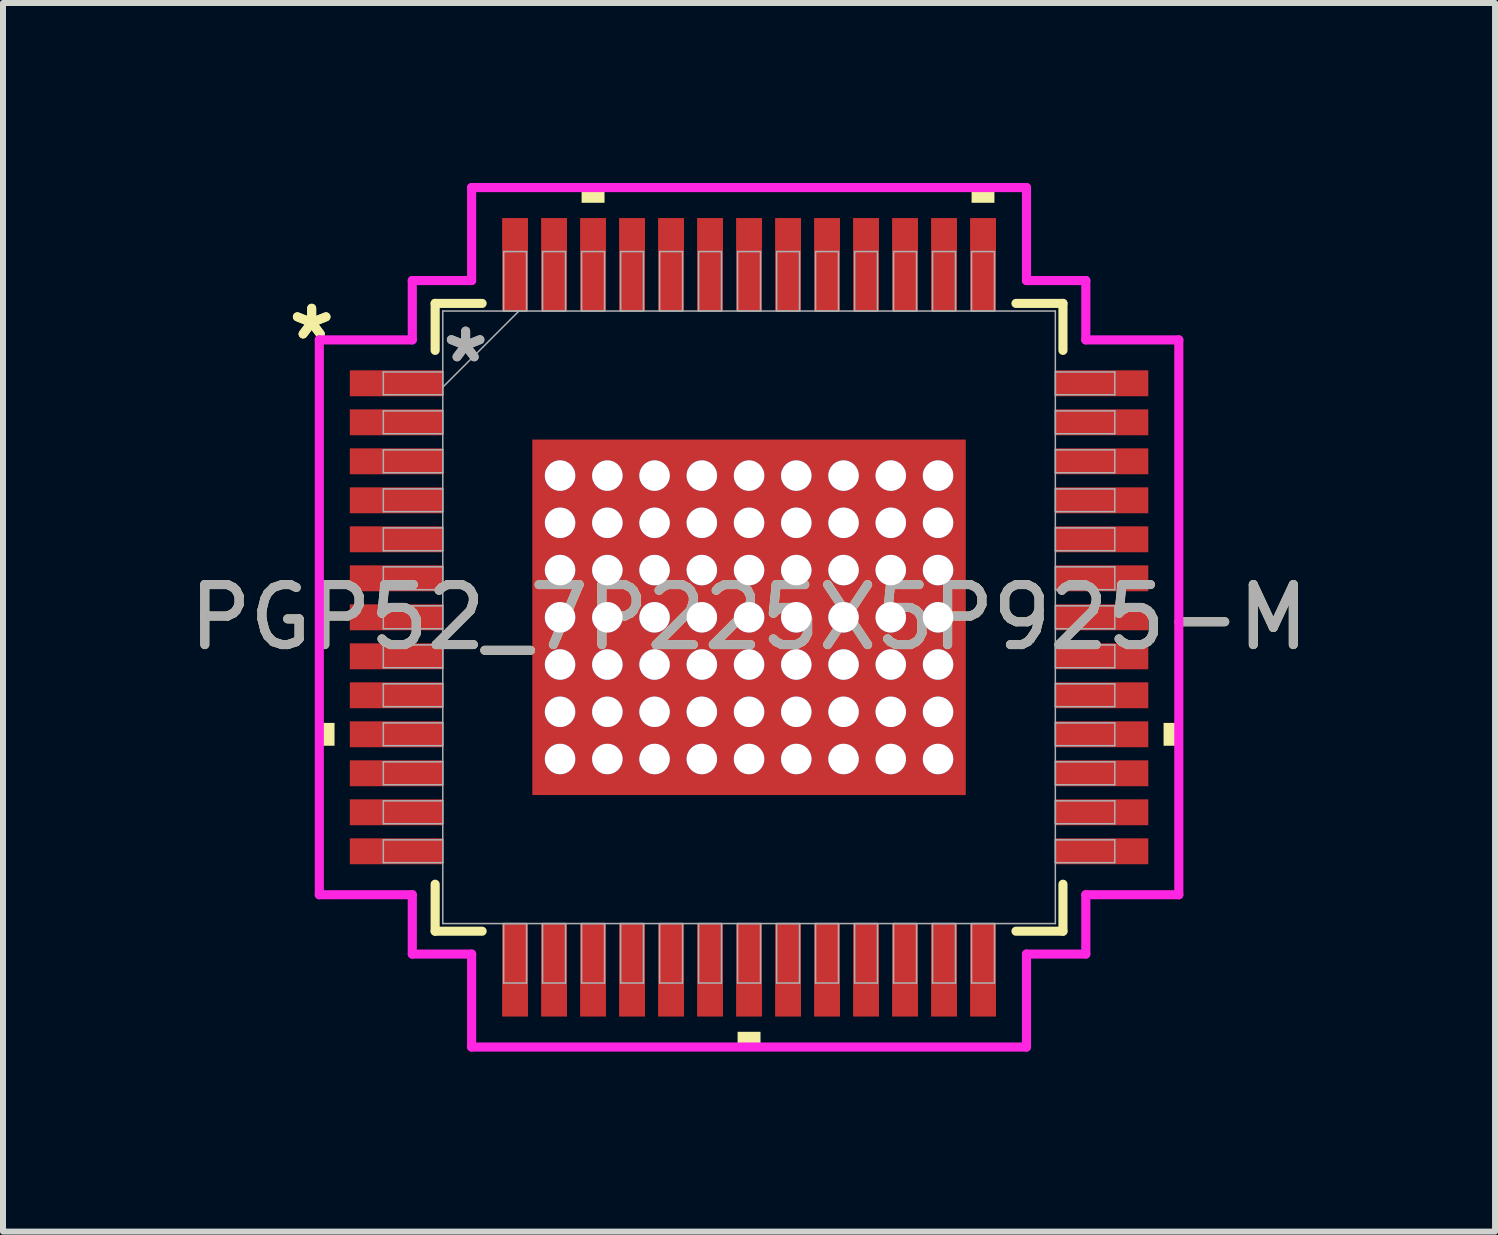
<source format=kicad_pcb>
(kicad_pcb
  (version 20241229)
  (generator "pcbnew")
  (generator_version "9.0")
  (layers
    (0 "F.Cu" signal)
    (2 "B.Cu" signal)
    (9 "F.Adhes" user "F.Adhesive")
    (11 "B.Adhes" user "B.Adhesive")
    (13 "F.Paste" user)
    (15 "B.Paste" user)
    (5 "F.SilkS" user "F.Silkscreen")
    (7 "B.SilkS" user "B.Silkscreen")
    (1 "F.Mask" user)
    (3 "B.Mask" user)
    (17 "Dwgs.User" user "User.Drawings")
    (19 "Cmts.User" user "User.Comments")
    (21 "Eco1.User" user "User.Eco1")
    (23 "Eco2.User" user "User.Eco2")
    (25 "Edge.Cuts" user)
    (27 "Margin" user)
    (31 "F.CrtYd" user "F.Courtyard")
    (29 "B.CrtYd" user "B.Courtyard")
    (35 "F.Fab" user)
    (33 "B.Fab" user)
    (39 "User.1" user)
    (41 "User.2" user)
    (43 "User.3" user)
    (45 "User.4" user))
  (footprint "PGP52_7P225X5P925-M"
    (layer "F.Cu")
    (at 9.435 7.239)
    (property "Reference" "PGP52_7P225X5P925-M" (at 0 0 0) (unlocked yes) (layer "F.SilkS") (effects (font (size 1 1) (thickness 0.15))))
    (attr through_hole)
    (fp_poly (pts (xy -3.676 -3.026) (xy -3.35 -3.026) (xy -3.35 3.026) (xy -3.676 3.026)) (stroke (width 0) (type solid)) (fill yes) (layer "F.Mask"))
    (fp_poly (pts (xy -3.676 -3.026) (xy 3.676 -3.026) (xy 3.676 -2.562) (xy -3.676 -2.562)) (stroke (width 0) (type solid)) (fill yes) (layer "F.Mask"))
    (fp_poly (pts (xy -3.676 -2.162) (xy 3.676 -2.162) (xy 3.676 -1.775) (xy -3.676 -1.775)) (stroke (width 0) (type solid)) (fill yes) (layer "F.Mask"))
    (fp_poly (pts (xy -3.676 -1.375) (xy 3.676 -1.375) (xy 3.676 -0.987) (xy -3.676 -0.987)) (stroke (width 0) (type solid)) (fill yes) (layer "F.Mask"))
    (fp_poly (pts (xy -3.676 -0.587) (xy 3.676 -0.587) (xy 3.676 -0.2) (xy -3.676 -0.2)) (stroke (width 0) (type solid)) (fill yes) (layer "F.Mask"))
    (fp_poly (pts (xy -3.676 0.2) (xy 3.676 0.2) (xy 3.676 0.587) (xy -3.676 0.587)) (stroke (width 0) (type solid)) (fill yes) (layer "F.Mask"))
    (fp_poly (pts (xy -3.676 0.987) (xy 3.676 0.987) (xy 3.676 1.375) (xy -3.676 1.375)) (stroke (width 0) (type solid)) (fill yes) (layer "F.Mask"))
    (fp_poly (pts (xy -3.676 1.775) (xy 3.676 1.775) (xy 3.676 2.162) (xy -3.676 2.162)) (stroke (width 0) (type solid)) (fill yes) (layer "F.Mask"))
    (fp_poly (pts (xy -3.676 2.562) (xy 3.676 2.562) (xy 3.676 3.026) (xy -3.676 3.026)) (stroke (width 0) (type solid)) (fill yes) (layer "F.Mask"))
    (fp_poly (pts (xy -2.562 -3.026) (xy -2.95 -3.026) (xy -2.95 3.026) (xy -2.562 3.026)) (stroke (width 0) (type solid)) (fill yes) (layer "F.Mask"))
    (fp_poly (pts (xy -1.775 -3.026) (xy -2.162 -3.026) (xy -2.162 3.026) (xy -1.775 3.026)) (stroke (width 0) (type solid)) (fill yes) (layer "F.Mask"))
    (fp_poly (pts (xy -0.987 -3.026) (xy -1.375 -3.026) (xy -1.375 3.026) (xy -0.987 3.026)) (stroke (width 0) (type solid)) (fill yes) (layer "F.Mask"))
    (fp_poly (pts (xy -0.2 -3.026) (xy -0.587 -3.026) (xy -0.587 3.026) (xy -0.2 3.026)) (stroke (width 0) (type solid)) (fill yes) (layer "F.Mask"))
    (fp_poly (pts (xy 0.587 -3.026) (xy 0.2 -3.026) (xy 0.2 3.026) (xy 0.587 3.026)) (stroke (width 0) (type solid)) (fill yes) (layer "F.Mask"))
    (fp_poly (pts (xy 1.375 -3.026) (xy 0.987 -3.026) (xy 0.987 3.026) (xy 1.375 3.026)) (stroke (width 0) (type solid)) (fill yes) (layer "F.Mask"))
    (fp_poly (pts (xy 2.162 -3.026) (xy 1.775 -3.026) (xy 1.775 3.026) (xy 2.162 3.026)) (stroke (width 0) (type solid)) (fill yes) (layer "F.Mask"))
    (fp_poly (pts (xy 2.95 -3.026) (xy 2.562 -3.026) (xy 2.562 3.026) (xy 2.95 3.026)) (stroke (width 0) (type solid)) (fill yes) (layer "F.Mask"))
    (fp_poly (pts (xy 3.35 -3.026) (xy 3.676 -3.026) (xy 3.676 3.026) (xy 3.35 3.026)) (stroke (width 0) (type solid)) (fill yes) (layer "F.Mask"))
    (fp_line (start -5.232 -5.232) (end -5.232 -4.449) (stroke (width 0.152) (type solid)) (layer "F.SilkS"))
    (fp_line (start -5.232 4.449) (end -5.232 5.232) (stroke (width 0.152) (type solid)) (layer "F.SilkS"))
    (fp_line (start -5.232 5.232) (end -4.449 5.232) (stroke (width 0.152) (type solid)) (layer "F.SilkS"))
    (fp_line (start -4.449 -5.232) (end -5.232 -5.232) (stroke (width 0.152) (type solid)) (layer "F.SilkS"))
    (fp_line (start 4.449 5.232) (end 5.232 5.232) (stroke (width 0.152) (type solid)) (layer "F.SilkS"))
    (fp_line (start 5.232 -5.232) (end 4.449 -5.232) (stroke (width 0.152) (type solid)) (layer "F.SilkS"))
    (fp_line (start 5.232 -4.449) (end 5.232 -5.232) (stroke (width 0.152) (type solid)) (layer "F.SilkS"))
    (fp_line (start 5.232 5.232) (end 5.232 4.449) (stroke (width 0.152) (type solid)) (layer "F.SilkS"))
    (fp_poly (pts (xy -7.163 1.76) (xy -7.163 2.141) (xy -6.909 2.141) (xy -6.909 1.76)) (stroke (width 0) (type solid)) (fill yes) (layer "F.SilkS"))
    (fp_poly (pts (xy -2.791 -6.909) (xy -2.791 -7.163) (xy -2.409 -7.163) (xy -2.409 -6.909)) (stroke (width 0) (type solid)) (fill yes) (layer "F.SilkS"))
    (fp_poly (pts (xy -0.191 6.909) (xy -0.191 7.163) (xy 0.191 7.163) (xy 0.191 6.909)) (stroke (width 0) (type solid)) (fill yes) (layer "F.SilkS"))
    (fp_poly (pts (xy 3.709 -6.909) (xy 3.709 -7.163) (xy 4.09 -7.163) (xy 4.09 -6.909)) (stroke (width 0) (type solid)) (fill yes) (layer "F.SilkS"))
    (fp_poly (pts (xy 7.163 1.76) (xy 7.163 2.141) (xy 6.909 2.141) (xy 6.909 1.76)) (stroke (width 0) (type solid)) (fill yes) (layer "F.SilkS"))
    (fp_poly (pts (xy -3.538 -2.888) (xy -3.538 -2.462) (xy -3.391 -2.462) (xy -3.25 -2.604) (xy -3.25 -2.888)) (stroke (width 0) (type solid)) (fill yes) (layer "F.Paste"))
    (fp_poly (pts (xy -3.538 2.462) (xy -3.538 2.888) (xy -3.25 2.888) (xy -3.25 2.604) (xy -3.391 2.462)) (stroke (width 0) (type solid)) (fill yes) (layer "F.Paste"))
    (fp_poly (pts (xy 3.25 -2.888) (xy 3.25 -2.604) (xy 3.391 -2.462) (xy 3.538 -2.462) (xy 3.538 -2.888)) (stroke (width 0) (type solid)) (fill yes) (layer "F.Paste"))
    (fp_poly (pts (xy 3.391 2.462) (xy 3.25 2.604) (xy 3.25 2.888) (xy 3.538 2.888) (xy 3.538 2.462)) (stroke (width 0) (type solid)) (fill yes) (layer "F.Paste"))
    (fp_poly (pts (xy -3.538 -2.262) (xy -3.538 -1.675) (xy -3.391 -1.675) (xy -3.25 -1.816) (xy -3.25 -2.121) (xy -3.391 -2.262)) (stroke (width 0) (type solid)) (fill yes) (layer "F.Paste"))
    (fp_poly (pts (xy -3.538 -1.475) (xy -3.538 -0.887) (xy -3.391 -0.887) (xy -3.25 -1.029) (xy -3.25 -1.333) (xy -3.391 -1.475)) (stroke (width 0) (type solid)) (fill yes) (layer "F.Paste"))
    (fp_poly (pts (xy -3.538 -0.687) (xy -3.538 -0.1) (xy -3.391 -0.1) (xy -3.25 -0.241) (xy -3.25 -0.546) (xy -3.391 -0.687)) (stroke (width 0) (type solid)) (fill yes) (layer "F.Paste"))
    (fp_poly (pts (xy -3.538 0.1) (xy -3.538 0.687) (xy -3.391 0.687) (xy -3.25 0.546) (xy -3.25 0.241) (xy -3.391 0.1)) (stroke (width 0) (type solid)) (fill yes) (layer "F.Paste"))
    (fp_poly (pts (xy -3.538 0.887) (xy -3.538 1.475) (xy -3.391 1.475) (xy -3.25 1.333) (xy -3.25 1.029) (xy -3.391 0.887)) (stroke (width 0) (type solid)) (fill yes) (layer "F.Paste"))
    (fp_poly (pts (xy -3.538 1.675) (xy -3.538 2.262) (xy -3.391 2.262) (xy -3.25 2.121) (xy -3.25 1.816) (xy -3.391 1.675)) (stroke (width 0) (type solid)) (fill yes) (layer "F.Paste"))
    (fp_poly (pts (xy -3.05 -2.888) (xy -3.05 -2.604) (xy -2.908 -2.462) (xy -2.604 -2.462) (xy -2.462 -2.604) (xy -2.462 -2.888)) (stroke (width 0) (type solid)) (fill yes) (layer "F.Paste"))
    (fp_poly (pts (xy -2.908 2.462) (xy -3.05 2.604) (xy -3.05 2.888) (xy -2.462 2.888) (xy -2.462 2.604) (xy -2.604 2.462)) (stroke (width 0) (type solid)) (fill yes) (layer "F.Paste"))
    (fp_poly (pts (xy -2.262 -2.888) (xy -2.262 -2.604) (xy -2.121 -2.462) (xy -1.816 -2.462) (xy -1.675 -2.604) (xy -1.675 -2.888)) (stroke (width 0) (type solid)) (fill yes) (layer "F.Paste"))
    (fp_poly (pts (xy -2.121 2.462) (xy -2.262 2.604) (xy -2.262 2.888) (xy -1.675 2.888) (xy -1.675 2.604) (xy -1.816 2.462)) (stroke (width 0) (type solid)) (fill yes) (layer "F.Paste"))
    (fp_poly (pts (xy -1.475 -2.888) (xy -1.475 -2.604) (xy -1.333 -2.462) (xy -1.029 -2.462) (xy -0.887 -2.604) (xy -0.887 -2.888)) (stroke (width 0) (type solid)) (fill yes) (layer "F.Paste"))
    (fp_poly (pts (xy -1.333 2.462) (xy -1.475 2.604) (xy -1.475 2.888) (xy -0.887 2.888) (xy -0.887 2.604) (xy -1.029 2.462)) (stroke (width 0) (type solid)) (fill yes) (layer "F.Paste"))
    (fp_poly (pts (xy -0.687 -2.888) (xy -0.687 -2.604) (xy -0.546 -2.462) (xy -0.241 -2.462) (xy -0.1 -2.604) (xy -0.1 -2.888)) (stroke (width 0) (type solid)) (fill yes) (layer "F.Paste"))
    (fp_poly (pts (xy -0.546 2.462) (xy -0.687 2.604) (xy -0.687 2.888) (xy -0.1 2.888) (xy -0.1 2.604) (xy -0.241 2.462)) (stroke (width 0) (type solid)) (fill yes) (layer "F.Paste"))
    (fp_poly (pts (xy 0.1 -2.888) (xy 0.1 -2.604) (xy 0.241 -2.462) (xy 0.546 -2.462) (xy 0.687 -2.604) (xy 0.687 -2.888)) (stroke (width 0) (type solid)) (fill yes) (layer "F.Paste"))
    (fp_poly (pts (xy 0.241 2.462) (xy 0.1 2.604) (xy 0.1 2.888) (xy 0.687 2.888) (xy 0.687 2.604) (xy 0.546 2.462)) (stroke (width 0) (type solid)) (fill yes) (layer "F.Paste"))
    (fp_poly (pts (xy 0.887 -2.888) (xy 0.887 -2.604) (xy 1.029 -2.462) (xy 1.333 -2.462) (xy 1.475 -2.604) (xy 1.475 -2.888)) (stroke (width 0) (type solid)) (fill yes) (layer "F.Paste"))
    (fp_poly (pts (xy 1.029 2.462) (xy 0.887 2.604) (xy 0.887 2.888) (xy 1.475 2.888) (xy 1.475 2.604) (xy 1.333 2.462)) (stroke (width 0) (type solid)) (fill yes) (layer "F.Paste"))
    (fp_poly (pts (xy 1.675 -2.888) (xy 1.675 -2.604) (xy 1.816 -2.462) (xy 2.121 -2.462) (xy 2.262 -2.604) (xy 2.262 -2.888)) (stroke (width 0) (type solid)) (fill yes) (layer "F.Paste"))
    (fp_poly (pts (xy 1.816 2.462) (xy 1.675 2.604) (xy 1.675 2.888) (xy 2.262 2.888) (xy 2.262 2.604) (xy 2.121 2.462)) (stroke (width 0) (type solid)) (fill yes) (layer "F.Paste"))
    (fp_poly (pts (xy 2.462 -2.888) (xy 2.462 -2.604) (xy 2.604 -2.462) (xy 2.908 -2.462) (xy 3.05 -2.604) (xy 3.05 -2.888)) (stroke (width 0) (type solid)) (fill yes) (layer "F.Paste"))
    (fp_poly (pts (xy 2.604 2.462) (xy 2.462 2.604) (xy 2.462 2.888) (xy 3.05 2.888) (xy 3.05 2.604) (xy 2.908 2.462)) (stroke (width 0) (type solid)) (fill yes) (layer "F.Paste"))
    (fp_poly (pts (xy 3.391 -2.262) (xy 3.25 -2.121) (xy 3.25 -1.816) (xy 3.391 -1.675) (xy 3.538 -1.675) (xy 3.538 -2.262)) (stroke (width 0) (type solid)) (fill yes) (layer "F.Paste"))
    (fp_poly (pts (xy 3.391 -1.475) (xy 3.25 -1.333) (xy 3.25 -1.029) (xy 3.391 -0.887) (xy 3.538 -0.887) (xy 3.538 -1.475)) (stroke (width 0) (type solid)) (fill yes) (layer "F.Paste"))
    (fp_poly (pts (xy 3.391 -0.687) (xy 3.25 -0.546) (xy 3.25 -0.241) (xy 3.391 -0.1) (xy 3.538 -0.1) (xy 3.538 -0.687)) (stroke (width 0) (type solid)) (fill yes) (layer "F.Paste"))
    (fp_poly (pts (xy 3.391 0.1) (xy 3.25 0.241) (xy 3.25 0.546) (xy 3.391 0.687) (xy 3.538 0.687) (xy 3.538 0.1)) (stroke (width 0) (type solid)) (fill yes) (layer "F.Paste"))
    (fp_poly (pts (xy 3.391 0.887) (xy 3.25 1.029) (xy 3.25 1.333) (xy 3.391 1.475) (xy 3.538 1.475) (xy 3.538 0.887)) (stroke (width 0) (type solid)) (fill yes) (layer "F.Paste"))
    (fp_poly (pts (xy 3.391 1.675) (xy 3.25 1.816) (xy 3.25 2.121) (xy 3.391 2.262) (xy 3.538 2.262) (xy 3.538 1.675)) (stroke (width 0) (type solid)) (fill yes) (layer "F.Paste"))
    (fp_poly (pts (xy -2.908 -2.262) (xy -3.05 -2.121) (xy -3.05 -1.816) (xy -2.908 -1.675) (xy -2.604 -1.675) (xy -2.462 -1.816) (xy -2.462 -2.121) (xy -2.604 -2.262)) (stroke (width 0) (type solid)) (fill yes) (layer "F.Paste"))
    (fp_poly (pts (xy -2.908 -1.475) (xy -3.05 -1.333) (xy -3.05 -1.029) (xy -2.908 -0.887) (xy -2.604 -0.887) (xy -2.462 -1.029) (xy -2.462 -1.333) (xy -2.604 -1.475)) (stroke (width 0) (type solid)) (fill yes) (layer "F.Paste"))
    (fp_poly (pts (xy -2.908 -0.687) (xy -3.05 -0.546) (xy -3.05 -0.241) (xy -2.908 -0.1) (xy -2.604 -0.1) (xy -2.462 -0.241) (xy -2.462 -0.546) (xy -2.604 -0.687)) (stroke (width 0) (type solid)) (fill yes) (layer "F.Paste"))
    (fp_poly (pts (xy -2.908 0.1) (xy -3.05 0.241) (xy -3.05 0.546) (xy -2.908 0.687) (xy -2.604 0.687) (xy -2.462 0.546) (xy -2.462 0.241) (xy -2.604 0.1)) (stroke (width 0) (type solid)) (fill yes) (layer "F.Paste"))
    (fp_poly (pts (xy -2.908 0.887) (xy -3.05 1.029) (xy -3.05 1.333) (xy -2.908 1.475) (xy -2.604 1.475) (xy -2.462 1.333) (xy -2.462 1.029) (xy -2.604 0.887)) (stroke (width 0) (type solid)) (fill yes) (layer "F.Paste"))
    (fp_poly (pts (xy -2.908 1.675) (xy -3.05 1.816) (xy -3.05 2.121) (xy -2.908 2.262) (xy -2.604 2.262) (xy -2.462 2.121) (xy -2.462 1.816) (xy -2.604 1.675)) (stroke (width 0) (type solid)) (fill yes) (layer "F.Paste"))
    (fp_poly (pts (xy -2.121 -2.262) (xy -2.262 -2.121) (xy -2.262 -1.816) (xy -2.121 -1.675) (xy -1.816 -1.675) (xy -1.675 -1.816) (xy -1.675 -2.121) (xy -1.816 -2.262)) (stroke (width 0) (type solid)) (fill yes) (layer "F.Paste"))
    (fp_poly (pts (xy -2.121 -1.475) (xy -2.262 -1.333) (xy -2.262 -1.029) (xy -2.121 -0.887) (xy -1.816 -0.887) (xy -1.675 -1.029) (xy -1.675 -1.333) (xy -1.816 -1.475)) (stroke (width 0) (type solid)) (fill yes) (layer "F.Paste"))
    (fp_poly (pts (xy -2.121 -0.687) (xy -2.262 -0.546) (xy -2.262 -0.241) (xy -2.121 -0.1) (xy -1.816 -0.1) (xy -1.675 -0.241) (xy -1.675 -0.546) (xy -1.816 -0.687)) (stroke (width 0) (type solid)) (fill yes) (layer "F.Paste"))
    (fp_poly (pts (xy -2.121 0.1) (xy -2.262 0.241) (xy -2.262 0.546) (xy -2.121 0.687) (xy -1.816 0.687) (xy -1.675 0.546) (xy -1.675 0.241) (xy -1.816 0.1)) (stroke (width 0) (type solid)) (fill yes) (layer "F.Paste"))
    (fp_poly (pts (xy -2.121 0.887) (xy -2.262 1.029) (xy -2.262 1.333) (xy -2.121 1.475) (xy -1.816 1.475) (xy -1.675 1.333) (xy -1.675 1.029) (xy -1.816 0.887)) (stroke (width 0) (type solid)) (fill yes) (layer "F.Paste"))
    (fp_poly (pts (xy -2.121 1.675) (xy -2.262 1.816) (xy -2.262 2.121) (xy -2.121 2.262) (xy -1.816 2.262) (xy -1.675 2.121) (xy -1.675 1.816) (xy -1.816 1.675)) (stroke (width 0) (type solid)) (fill yes) (layer "F.Paste"))
    (fp_poly (pts (xy -1.333 -2.262) (xy -1.475 -2.121) (xy -1.475 -1.816) (xy -1.333 -1.675) (xy -1.029 -1.675) (xy -0.887 -1.816) (xy -0.887 -2.121) (xy -1.029 -2.262)) (stroke (width 0) (type solid)) (fill yes) (layer "F.Paste"))
    (fp_poly (pts (xy -1.333 -1.475) (xy -1.475 -1.333) (xy -1.475 -1.029) (xy -1.333 -0.887) (xy -1.029 -0.887) (xy -0.887 -1.029) (xy -0.887 -1.333) (xy -1.029 -1.475)) (stroke (width 0) (type solid)) (fill yes) (layer "F.Paste"))
    (fp_poly (pts (xy -1.333 -0.687) (xy -1.475 -0.546) (xy -1.475 -0.241) (xy -1.333 -0.1) (xy -1.029 -0.1) (xy -0.887 -0.241) (xy -0.887 -0.546) (xy -1.029 -0.687)) (stroke (width 0) (type solid)) (fill yes) (layer "F.Paste"))
    (fp_poly (pts (xy -1.333 0.1) (xy -1.475 0.241) (xy -1.475 0.546) (xy -1.333 0.687) (xy -1.029 0.687) (xy -0.887 0.546) (xy -0.887 0.241) (xy -1.029 0.1)) (stroke (width 0) (type solid)) (fill yes) (layer "F.Paste"))
    (fp_poly (pts (xy -1.333 0.887) (xy -1.475 1.029) (xy -1.475 1.333) (xy -1.333 1.475) (xy -1.029 1.475) (xy -0.887 1.333) (xy -0.887 1.029) (xy -1.029 0.887)) (stroke (width 0) (type solid)) (fill yes) (layer "F.Paste"))
    (fp_poly (pts (xy -1.333 1.675) (xy -1.475 1.816) (xy -1.475 2.121) (xy -1.333 2.262) (xy -1.029 2.262) (xy -0.887 2.121) (xy -0.887 1.816) (xy -1.029 1.675)) (stroke (width 0) (type solid)) (fill yes) (layer "F.Paste"))
    (fp_poly (pts (xy -0.546 -2.262) (xy -0.687 -2.121) (xy -0.687 -1.816) (xy -0.546 -1.675) (xy -0.241 -1.675) (xy -0.1 -1.816) (xy -0.1 -2.121) (xy -0.241 -2.262)) (stroke (width 0) (type solid)) (fill yes) (layer "F.Paste"))
    (fp_poly (pts (xy -0.546 -1.475) (xy -0.687 -1.333) (xy -0.687 -1.029) (xy -0.546 -0.887) (xy -0.241 -0.887) (xy -0.1 -1.029) (xy -0.1 -1.333) (xy -0.241 -1.475)) (stroke (width 0) (type solid)) (fill yes) (layer "F.Paste"))
    (fp_poly (pts (xy -0.546 -0.687) (xy -0.687 -0.546) (xy -0.687 -0.241) (xy -0.546 -0.1) (xy -0.241 -0.1) (xy -0.1 -0.241) (xy -0.1 -0.546) (xy -0.241 -0.687)) (stroke (width 0) (type solid)) (fill yes) (layer "F.Paste"))
    (fp_poly (pts (xy -0.546 0.1) (xy -0.687 0.241) (xy -0.687 0.546) (xy -0.546 0.687) (xy -0.241 0.687) (xy -0.1 0.546) (xy -0.1 0.241) (xy -0.241 0.1)) (stroke (width 0) (type solid)) (fill yes) (layer "F.Paste"))
    (fp_poly (pts (xy -0.546 0.887) (xy -0.687 1.029) (xy -0.687 1.333) (xy -0.546 1.475) (xy -0.241 1.475) (xy -0.1 1.333) (xy -0.1 1.029) (xy -0.241 0.887)) (stroke (width 0) (type solid)) (fill yes) (layer "F.Paste"))
    (fp_poly (pts (xy -0.546 1.675) (xy -0.687 1.816) (xy -0.687 2.121) (xy -0.546 2.262) (xy -0.241 2.262) (xy -0.1 2.121) (xy -0.1 1.816) (xy -0.241 1.675)) (stroke (width 0) (type solid)) (fill yes) (layer "F.Paste"))
    (fp_poly (pts (xy 0.241 -2.262) (xy 0.1 -2.121) (xy 0.1 -1.816) (xy 0.241 -1.675) (xy 0.546 -1.675) (xy 0.687 -1.816) (xy 0.687 -2.121) (xy 0.546 -2.262)) (stroke (width 0) (type solid)) (fill yes) (layer "F.Paste"))
    (fp_poly (pts (xy 0.241 -1.475) (xy 0.1 -1.333) (xy 0.1 -1.029) (xy 0.241 -0.887) (xy 0.546 -0.887) (xy 0.687 -1.029) (xy 0.687 -1.333) (xy 0.546 -1.475)) (stroke (width 0) (type solid)) (fill yes) (layer "F.Paste"))
    (fp_poly (pts (xy 0.241 -0.687) (xy 0.1 -0.546) (xy 0.1 -0.241) (xy 0.241 -0.1) (xy 0.546 -0.1) (xy 0.687 -0.241) (xy 0.687 -0.546) (xy 0.546 -0.687)) (stroke (width 0) (type solid)) (fill yes) (layer "F.Paste"))
    (fp_poly (pts (xy 0.241 0.1) (xy 0.1 0.241) (xy 0.1 0.546) (xy 0.241 0.687) (xy 0.546 0.687) (xy 0.687 0.546) (xy 0.687 0.241) (xy 0.546 0.1)) (stroke (width 0) (type solid)) (fill yes) (layer "F.Paste"))
    (fp_poly (pts (xy 0.241 0.887) (xy 0.1 1.029) (xy 0.1 1.333) (xy 0.241 1.475) (xy 0.546 1.475) (xy 0.687 1.333) (xy 0.687 1.029) (xy 0.546 0.887)) (stroke (width 0) (type solid)) (fill yes) (layer "F.Paste"))
    (fp_poly (pts (xy 0.241 1.675) (xy 0.1 1.816) (xy 0.1 2.121) (xy 0.241 2.262) (xy 0.546 2.262) (xy 0.687 2.121) (xy 0.687 1.816) (xy 0.546 1.675)) (stroke (width 0) (type solid)) (fill yes) (layer "F.Paste"))
    (fp_poly (pts (xy 1.029 -2.262) (xy 0.887 -2.121) (xy 0.887 -1.816) (xy 1.029 -1.675) (xy 1.333 -1.675) (xy 1.475 -1.816) (xy 1.475 -2.121) (xy 1.333 -2.262)) (stroke (width 0) (type solid)) (fill yes) (layer "F.Paste"))
    (fp_poly (pts (xy 1.029 -1.475) (xy 0.887 -1.333) (xy 0.887 -1.029) (xy 1.029 -0.887) (xy 1.333 -0.887) (xy 1.475 -1.029) (xy 1.475 -1.333) (xy 1.333 -1.475)) (stroke (width 0) (type solid)) (fill yes) (layer "F.Paste"))
    (fp_poly (pts (xy 1.029 -0.687) (xy 0.887 -0.546) (xy 0.887 -0.241) (xy 1.029 -0.1) (xy 1.333 -0.1) (xy 1.475 -0.241) (xy 1.475 -0.546) (xy 1.333 -0.687)) (stroke (width 0) (type solid)) (fill yes) (layer "F.Paste"))
    (fp_poly (pts (xy 1.029 0.1) (xy 0.887 0.241) (xy 0.887 0.546) (xy 1.029 0.687) (xy 1.333 0.687) (xy 1.475 0.546) (xy 1.475 0.241) (xy 1.333 0.1)) (stroke (width 0) (type solid)) (fill yes) (layer "F.Paste"))
    (fp_poly (pts (xy 1.029 0.887) (xy 0.887 1.029) (xy 0.887 1.333) (xy 1.029 1.475) (xy 1.333 1.475) (xy 1.475 1.333) (xy 1.475 1.029) (xy 1.333 0.887)) (stroke (width 0) (type solid)) (fill yes) (layer "F.Paste"))
    (fp_poly (pts (xy 1.029 1.675) (xy 0.887 1.816) (xy 0.887 2.121) (xy 1.029 2.262) (xy 1.333 2.262) (xy 1.475 2.121) (xy 1.475 1.816) (xy 1.333 1.675)) (stroke (width 0) (type solid)) (fill yes) (layer "F.Paste"))
    (fp_poly (pts (xy 1.816 -2.262) (xy 1.675 -2.121) (xy 1.675 -1.816) (xy 1.816 -1.675) (xy 2.121 -1.675) (xy 2.262 -1.816) (xy 2.262 -2.121) (xy 2.121 -2.262)) (stroke (width 0) (type solid)) (fill yes) (layer "F.Paste"))
    (fp_poly (pts (xy 1.816 -1.475) (xy 1.675 -1.333) (xy 1.675 -1.029) (xy 1.816 -0.887) (xy 2.121 -0.887) (xy 2.262 -1.029) (xy 2.262 -1.333) (xy 2.121 -1.475)) (stroke (width 0) (type solid)) (fill yes) (layer "F.Paste"))
    (fp_poly (pts (xy 1.816 -0.687) (xy 1.675 -0.546) (xy 1.675 -0.241) (xy 1.816 -0.1) (xy 2.121 -0.1) (xy 2.262 -0.241) (xy 2.262 -0.546) (xy 2.121 -0.687)) (stroke (width 0) (type solid)) (fill yes) (layer "F.Paste"))
    (fp_poly (pts (xy 1.816 0.1) (xy 1.675 0.241) (xy 1.675 0.546) (xy 1.816 0.687) (xy 2.121 0.687) (xy 2.262 0.546) (xy 2.262 0.241) (xy 2.121 0.1)) (stroke (width 0) (type solid)) (fill yes) (layer "F.Paste"))
    (fp_poly (pts (xy 1.816 0.887) (xy 1.675 1.029) (xy 1.675 1.333) (xy 1.816 1.475) (xy 2.121 1.475) (xy 2.262 1.333) (xy 2.262 1.029) (xy 2.121 0.887)) (stroke (width 0) (type solid)) (fill yes) (layer "F.Paste"))
    (fp_poly (pts (xy 1.816 1.675) (xy 1.675 1.816) (xy 1.675 2.121) (xy 1.816 2.262) (xy 2.121 2.262) (xy 2.262 2.121) (xy 2.262 1.816) (xy 2.121 1.675)) (stroke (width 0) (type solid)) (fill yes) (layer "F.Paste"))
    (fp_poly (pts (xy 2.604 -2.262) (xy 2.462 -2.121) (xy 2.462 -1.816) (xy 2.604 -1.675) (xy 2.908 -1.675) (xy 3.05 -1.816) (xy 3.05 -2.121) (xy 2.908 -2.262)) (stroke (width 0) (type solid)) (fill yes) (layer "F.Paste"))
    (fp_poly (pts (xy 2.604 -1.475) (xy 2.462 -1.333) (xy 2.462 -1.029) (xy 2.604 -0.887) (xy 2.908 -0.887) (xy 3.05 -1.029) (xy 3.05 -1.333) (xy 2.908 -1.475)) (stroke (width 0) (type solid)) (fill yes) (layer "F.Paste"))
    (fp_poly (pts (xy 2.604 -0.687) (xy 2.462 -0.546) (xy 2.462 -0.241) (xy 2.604 -0.1) (xy 2.908 -0.1) (xy 3.05 -0.241) (xy 3.05 -0.546) (xy 2.908 -0.687)) (stroke (width 0) (type solid)) (fill yes) (layer "F.Paste"))
    (fp_poly (pts (xy 2.604 0.1) (xy 2.462 0.241) (xy 2.462 0.546) (xy 2.604 0.687) (xy 2.908 0.687) (xy 3.05 0.546) (xy 3.05 0.241) (xy 2.908 0.1)) (stroke (width 0) (type solid)) (fill yes) (layer "F.Paste"))
    (fp_poly (pts (xy 2.604 0.887) (xy 2.462 1.029) (xy 2.462 1.333) (xy 2.604 1.475) (xy 2.908 1.475) (xy 3.05 1.333) (xy 3.05 1.029) (xy 2.908 0.887)) (stroke (width 0) (type solid)) (fill yes) (layer "F.Paste"))
    (fp_poly (pts (xy 2.604 1.675) (xy 2.462 1.816) (xy 2.462 2.121) (xy 2.604 2.262) (xy 2.908 2.262) (xy 3.05 2.121) (xy 3.05 1.816) (xy 2.908 1.675)) (stroke (width 0) (type solid)) (fill yes) (layer "F.Paste"))
    (fp_line (start -7.163 -4.624) (end -5.613 -4.624) (stroke (width 0.152) (type solid)) (layer "F.CrtYd"))
    (fp_line (start -7.163 4.624) (end -7.163 -4.624) (stroke (width 0.152) (type solid)) (layer "F.CrtYd"))
    (fp_line (start -5.613 -5.613) (end -4.624 -5.613) (stroke (width 0.152) (type solid)) (layer "F.CrtYd"))
    (fp_line (start -5.613 -4.624) (end -5.613 -5.613) (stroke (width 0.152) (type solid)) (layer "F.CrtYd"))
    (fp_line (start -5.613 4.624) (end -7.163 4.624) (stroke (width 0.152) (type solid)) (layer "F.CrtYd"))
    (fp_line (start -5.613 5.613) (end -5.613 4.624) (stroke (width 0.152) (type solid)) (layer "F.CrtYd"))
    (fp_line (start -5.613 5.613) (end -4.624 5.613) (stroke (width 0.152) (type solid)) (layer "F.CrtYd"))
    (fp_line (start -4.624 -7.163) (end 4.624 -7.163) (stroke (width 0.152) (type solid)) (layer "F.CrtYd"))
    (fp_line (start -4.624 -5.613) (end -4.624 -7.163) (stroke (width 0.152) (type solid)) (layer "F.CrtYd"))
    (fp_line (start -4.624 5.613) (end -4.624 7.163) (stroke (width 0.152) (type solid)) (layer "F.CrtYd"))
    (fp_line (start -4.624 7.163) (end 4.624 7.163) (stroke (width 0.152) (type solid)) (layer "F.CrtYd"))
    (fp_line (start 4.624 -7.163) (end 4.624 -5.613) (stroke (width 0.152) (type solid)) (layer "F.CrtYd"))
    (fp_line (start 4.624 -5.613) (end 5.613 -5.613) (stroke (width 0.152) (type solid)) (layer "F.CrtYd"))
    (fp_line (start 4.624 5.613) (end 5.613 5.613) (stroke (width 0.152) (type solid)) (layer "F.CrtYd"))
    (fp_line (start 4.624 7.163) (end 4.624 5.613) (stroke (width 0.152) (type solid)) (layer "F.CrtYd"))
    (fp_line (start 5.613 -4.624) (end 5.613 -5.613) (stroke (width 0.152) (type solid)) (layer "F.CrtYd"))
    (fp_line (start 5.613 4.624) (end 7.163 4.624) (stroke (width 0.152) (type solid)) (layer "F.CrtYd"))
    (fp_line (start 5.613 5.613) (end 5.613 4.624) (stroke (width 0.152) (type solid)) (layer "F.CrtYd"))
    (fp_line (start 7.163 -4.624) (end 5.613 -4.624) (stroke (width 0.152) (type solid)) (layer "F.CrtYd"))
    (fp_line (start 7.163 4.624) (end 7.163 -4.624) (stroke (width 0.152) (type solid)) (layer "F.CrtYd"))
    (fp_line (start -6.096 -4.09) (end -6.096 -3.709) (stroke (width 0.025) (type solid)) (layer "F.Fab"))
    (fp_line (start -6.096 -3.709) (end -5.105 -3.709) (stroke (width 0.025) (type solid)) (layer "F.Fab"))
    (fp_line (start -6.096 -3.441) (end -6.096 -3.059) (stroke (width 0.025) (type solid)) (layer "F.Fab"))
    (fp_line (start -6.096 -3.059) (end -5.105 -3.059) (stroke (width 0.025) (type solid)) (layer "F.Fab"))
    (fp_line (start -6.096 -2.791) (end -6.096 -2.409) (stroke (width 0.025) (type solid)) (layer "F.Fab"))
    (fp_line (start -6.096 -2.409) (end -5.105 -2.409) (stroke (width 0.025) (type solid)) (layer "F.Fab"))
    (fp_line (start -6.096 -2.14) (end -6.096 -1.76) (stroke (width 0.025) (type solid)) (layer "F.Fab"))
    (fp_line (start -6.096 -1.76) (end -5.105 -1.76) (stroke (width 0.025) (type solid)) (layer "F.Fab"))
    (fp_line (start -6.096 -1.49) (end -6.096 -1.109) (stroke (width 0.025) (type solid)) (layer "F.Fab"))
    (fp_line (start -6.096 -1.109) (end -5.105 -1.109) (stroke (width 0.025) (type solid)) (layer "F.Fab"))
    (fp_line (start -6.096 -0.841) (end -6.096 -0.46) (stroke (width 0.025) (type solid)) (layer "F.Fab"))
    (fp_line (start -6.096 -0.46) (end -5.105 -0.46) (stroke (width 0.025) (type solid)) (layer "F.Fab"))
    (fp_line (start -6.096 -0.191) (end -6.096 0.191) (stroke (width 0.025) (type solid)) (layer "F.Fab"))
    (fp_line (start -6.096 0.191) (end -5.105 0.191) (stroke (width 0.025) (type solid)) (layer "F.Fab"))
    (fp_line (start -6.096 0.46) (end -6.096 0.841) (stroke (width 0.025) (type solid)) (layer "F.Fab"))
    (fp_line (start -6.096 0.841) (end -5.105 0.841) (stroke (width 0.025) (type solid)) (layer "F.Fab"))
    (fp_line (start -6.096 1.109) (end -6.096 1.49) (stroke (width 0.025) (type solid)) (layer "F.Fab"))
    (fp_line (start -6.096 1.49) (end -5.105 1.49) (stroke (width 0.025) (type solid)) (layer "F.Fab"))
    (fp_line (start -6.096 1.76) (end -6.096 2.14) (stroke (width 0.025) (type solid)) (layer "F.Fab"))
    (fp_line (start -6.096 2.14) (end -5.105 2.14) (stroke (width 0.025) (type solid)) (layer "F.Fab"))
    (fp_line (start -6.096 2.409) (end -6.096 2.791) (stroke (width 0.025) (type solid)) (layer "F.Fab"))
    (fp_line (start -6.096 2.791) (end -5.105 2.791) (stroke (width 0.025) (type solid)) (layer "F.Fab"))
    (fp_line (start -6.096 3.059) (end -6.096 3.441) (stroke (width 0.025) (type solid)) (layer "F.Fab"))
    (fp_line (start -6.096 3.441) (end -5.105 3.441) (stroke (width 0.025) (type solid)) (layer "F.Fab"))
    (fp_line (start -6.096 3.709) (end -6.096 4.09) (stroke (width 0.025) (type solid)) (layer "F.Fab"))
    (fp_line (start -6.096 4.09) (end -5.105 4.09) (stroke (width 0.025) (type solid)) (layer "F.Fab"))
    (fp_line (start -5.105 -5.105) (end -5.105 5.105) (stroke (width 0.025) (type solid)) (layer "F.Fab"))
    (fp_line (start -5.105 -4.09) (end -6.096 -4.09) (stroke (width 0.025) (type solid)) (layer "F.Fab"))
    (fp_line (start -5.105 -3.835) (end -3.835 -5.105) (stroke (width 0.025) (type solid)) (layer "F.Fab"))
    (fp_line (start -5.105 -3.709) (end -5.105 -4.09) (stroke (width 0.025) (type solid)) (layer "F.Fab"))
    (fp_line (start -5.105 -3.441) (end -6.096 -3.441) (stroke (width 0.025) (type solid)) (layer "F.Fab"))
    (fp_line (start -5.105 -3.059) (end -5.105 -3.441) (stroke (width 0.025) (type solid)) (layer "F.Fab"))
    (fp_line (start -5.105 -2.791) (end -6.096 -2.791) (stroke (width 0.025) (type solid)) (layer "F.Fab"))
    (fp_line (start -5.105 -2.409) (end -5.105 -2.791) (stroke (width 0.025) (type solid)) (layer "F.Fab"))
    (fp_line (start -5.105 -2.14) (end -6.096 -2.14) (stroke (width 0.025) (type solid)) (layer "F.Fab"))
    (fp_line (start -5.105 -1.76) (end -5.105 -2.14) (stroke (width 0.025) (type solid)) (layer "F.Fab"))
    (fp_line (start -5.105 -1.49) (end -6.096 -1.49) (stroke (width 0.025) (type solid)) (layer "F.Fab"))
    (fp_line (start -5.105 -1.109) (end -5.105 -1.49) (stroke (width 0.025) (type solid)) (layer "F.Fab"))
    (fp_line (start -5.105 -0.841) (end -6.096 -0.841) (stroke (width 0.025) (type solid)) (layer "F.Fab"))
    (fp_line (start -5.105 -0.46) (end -5.105 -0.841) (stroke (width 0.025) (type solid)) (layer "F.Fab"))
    (fp_line (start -5.105 -0.191) (end -6.096 -0.191) (stroke (width 0.025) (type solid)) (layer "F.Fab"))
    (fp_line (start -5.105 0.191) (end -5.105 -0.191) (stroke (width 0.025) (type solid)) (layer "F.Fab"))
    (fp_line (start -5.105 0.46) (end -6.096 0.46) (stroke (width 0.025) (type solid)) (layer "F.Fab"))
    (fp_line (start -5.105 0.841) (end -5.105 0.46) (stroke (width 0.025) (type solid)) (layer "F.Fab"))
    (fp_line (start -5.105 1.109) (end -6.096 1.109) (stroke (width 0.025) (type solid)) (layer "F.Fab"))
    (fp_line (start -5.105 1.49) (end -5.105 1.109) (stroke (width 0.025) (type solid)) (layer "F.Fab"))
    (fp_line (start -5.105 1.76) (end -6.096 1.76) (stroke (width 0.025) (type solid)) (layer "F.Fab"))
    (fp_line (start -5.105 2.14) (end -5.105 1.76) (stroke (width 0.025) (type solid)) (layer "F.Fab"))
    (fp_line (start -5.105 2.409) (end -6.096 2.409) (stroke (width 0.025) (type solid)) (layer "F.Fab"))
    (fp_line (start -5.105 2.791) (end -5.105 2.409) (stroke (width 0.025) (type solid)) (layer "F.Fab"))
    (fp_line (start -5.105 3.059) (end -6.096 3.059) (stroke (width 0.025) (type solid)) (layer "F.Fab"))
    (fp_line (start -5.105 3.441) (end -5.105 3.059) (stroke (width 0.025) (type solid)) (layer "F.Fab"))
    (fp_line (start -5.105 3.709) (end -6.096 3.709) (stroke (width 0.025) (type solid)) (layer "F.Fab"))
    (fp_line (start -5.105 4.09) (end -5.105 3.709) (stroke (width 0.025) (type solid)) (layer "F.Fab"))
    (fp_line (start -5.105 5.105) (end 5.105 5.105) (stroke (width 0.025) (type solid)) (layer "F.Fab"))
    (fp_line (start -4.09 -6.096) (end -4.09 -5.105) (stroke (width 0.025) (type solid)) (layer "F.Fab"))
    (fp_line (start -4.09 -5.105) (end -3.709 -5.105) (stroke (width 0.025) (type solid)) (layer "F.Fab"))
    (fp_line (start -4.09 5.105) (end -4.09 6.096) (stroke (width 0.025) (type solid)) (layer "F.Fab"))
    (fp_line (start -4.09 6.096) (end -3.709 6.096) (stroke (width 0.025) (type solid)) (layer "F.Fab"))
    (fp_line (start -3.709 -6.096) (end -4.09 -6.096) (stroke (width 0.025) (type solid)) (layer "F.Fab"))
    (fp_line (start -3.709 -5.105) (end -3.709 -6.096) (stroke (width 0.025) (type solid)) (layer "F.Fab"))
    (fp_line (start -3.709 5.105) (end -4.09 5.105) (stroke (width 0.025) (type solid)) (layer "F.Fab"))
    (fp_line (start -3.709 6.096) (end -3.709 5.105) (stroke (width 0.025) (type solid)) (layer "F.Fab"))
    (fp_line (start -3.441 -6.096) (end -3.441 -5.105) (stroke (width 0.025) (type solid)) (layer "F.Fab"))
    (fp_line (start -3.441 -5.105) (end -3.059 -5.105) (stroke (width 0.025) (type solid)) (layer "F.Fab"))
    (fp_line (start -3.441 5.105) (end -3.441 6.096) (stroke (width 0.025) (type solid)) (layer "F.Fab"))
    (fp_line (start -3.441 6.096) (end -3.059 6.096) (stroke (width 0.025) (type solid)) (layer "F.Fab"))
    (fp_line (start -3.059 -6.096) (end -3.441 -6.096) (stroke (width 0.025) (type solid)) (layer "F.Fab"))
    (fp_line (start -3.059 -5.105) (end -3.059 -6.096) (stroke (width 0.025) (type solid)) (layer "F.Fab"))
    (fp_line (start -3.059 5.105) (end -3.441 5.105) (stroke (width 0.025) (type solid)) (layer "F.Fab"))
    (fp_line (start -3.059 6.096) (end -3.059 5.105) (stroke (width 0.025) (type solid)) (layer "F.Fab"))
    (fp_line (start -2.791 -6.096) (end -2.791 -5.105) (stroke (width 0.025) (type solid)) (layer "F.Fab"))
    (fp_line (start -2.791 -5.105) (end -2.409 -5.105) (stroke (width 0.025) (type solid)) (layer "F.Fab"))
    (fp_line (start -2.791 5.105) (end -2.791 6.096) (stroke (width 0.025) (type solid)) (layer "F.Fab"))
    (fp_line (start -2.791 6.096) (end -2.409 6.096) (stroke (width 0.025) (type solid)) (layer "F.Fab"))
    (fp_line (start -2.409 -6.096) (end -2.791 -6.096) (stroke (width 0.025) (type solid)) (layer "F.Fab"))
    (fp_line (start -2.409 -5.105) (end -2.409 -6.096) (stroke (width 0.025) (type solid)) (layer "F.Fab"))
    (fp_line (start -2.409 5.105) (end -2.791 5.105) (stroke (width 0.025) (type solid)) (layer "F.Fab"))
    (fp_line (start -2.409 6.096) (end -2.409 5.105) (stroke (width 0.025) (type solid)) (layer "F.Fab"))
    (fp_line (start -2.14 -6.096) (end -2.14 -5.105) (stroke (width 0.025) (type solid)) (layer "F.Fab"))
    (fp_line (start -2.14 -5.105) (end -1.76 -5.105) (stroke (width 0.025) (type solid)) (layer "F.Fab"))
    (fp_line (start -2.14 5.105) (end -2.14 6.096) (stroke (width 0.025) (type solid)) (layer "F.Fab"))
    (fp_line (start -2.14 6.096) (end -1.76 6.096) (stroke (width 0.025) (type solid)) (layer "F.Fab"))
    (fp_line (start -1.76 -6.096) (end -2.14 -6.096) (stroke (width 0.025) (type solid)) (layer "F.Fab"))
    (fp_line (start -1.76 -5.105) (end -1.76 -6.096) (stroke (width 0.025) (type solid)) (layer "F.Fab"))
    (fp_line (start -1.76 5.105) (end -2.14 5.105) (stroke (width 0.025) (type solid)) (layer "F.Fab"))
    (fp_line (start -1.76 6.096) (end -1.76 5.105) (stroke (width 0.025) (type solid)) (layer "F.Fab"))
    (fp_line (start -1.49 -6.096) (end -1.49 -5.105) (stroke (width 0.025) (type solid)) (layer "F.Fab"))
    (fp_line (start -1.49 -5.105) (end -1.109 -5.105) (stroke (width 0.025) (type solid)) (layer "F.Fab"))
    (fp_line (start -1.49 5.105) (end -1.49 6.096) (stroke (width 0.025) (type solid)) (layer "F.Fab"))
    (fp_line (start -1.49 6.096) (end -1.109 6.096) (stroke (width 0.025) (type solid)) (layer "F.Fab"))
    (fp_line (start -1.109 -6.096) (end -1.49 -6.096) (stroke (width 0.025) (type solid)) (layer "F.Fab"))
    (fp_line (start -1.109 -5.105) (end -1.109 -6.096) (stroke (width 0.025) (type solid)) (layer "F.Fab"))
    (fp_line (start -1.109 5.105) (end -1.49 5.105) (stroke (width 0.025) (type solid)) (layer "F.Fab"))
    (fp_line (start -1.109 6.096) (end -1.109 5.105) (stroke (width 0.025) (type solid)) (layer "F.Fab"))
    (fp_line (start -0.841 -6.096) (end -0.841 -5.105) (stroke (width 0.025) (type solid)) (layer "F.Fab"))
    (fp_line (start -0.841 -5.105) (end -0.46 -5.105) (stroke (width 0.025) (type solid)) (layer "F.Fab"))
    (fp_line (start -0.841 5.105) (end -0.841 6.096) (stroke (width 0.025) (type solid)) (layer "F.Fab"))
    (fp_line (start -0.841 6.096) (end -0.46 6.096) (stroke (width 0.025) (type solid)) (layer "F.Fab"))
    (fp_line (start -0.46 -6.096) (end -0.841 -6.096) (stroke (width 0.025) (type solid)) (layer "F.Fab"))
    (fp_line (start -0.46 -5.105) (end -0.46 -6.096) (stroke (width 0.025) (type solid)) (layer "F.Fab"))
    (fp_line (start -0.46 5.105) (end -0.841 5.105) (stroke (width 0.025) (type solid)) (layer "F.Fab"))
    (fp_line (start -0.46 6.096) (end -0.46 5.105) (stroke (width 0.025) (type solid)) (layer "F.Fab"))
    (fp_line (start -0.191 -6.096) (end -0.191 -5.105) (stroke (width 0.025) (type solid)) (layer "F.Fab"))
    (fp_line (start -0.191 -5.105) (end 0.191 -5.105) (stroke (width 0.025) (type solid)) (layer "F.Fab"))
    (fp_line (start -0.191 5.105) (end -0.191 6.096) (stroke (width 0.025) (type solid)) (layer "F.Fab"))
    (fp_line (start -0.191 6.096) (end 0.191 6.096) (stroke (width 0.025) (type solid)) (layer "F.Fab"))
    (fp_line (start 0.191 -6.096) (end -0.191 -6.096) (stroke (width 0.025) (type solid)) (layer "F.Fab"))
    (fp_line (start 0.191 -5.105) (end 0.191 -6.096) (stroke (width 0.025) (type solid)) (layer "F.Fab"))
    (fp_line (start 0.191 5.105) (end -0.191 5.105) (stroke (width 0.025) (type solid)) (layer "F.Fab"))
    (fp_line (start 0.191 6.096) (end 0.191 5.105) (stroke (width 0.025) (type solid)) (layer "F.Fab"))
    (fp_line (start 0.46 -6.096) (end 0.46 -5.105) (stroke (width 0.025) (type solid)) (layer "F.Fab"))
    (fp_line (start 0.46 -5.105) (end 0.841 -5.105) (stroke (width 0.025) (type solid)) (layer "F.Fab"))
    (fp_line (start 0.46 5.105) (end 0.46 6.096) (stroke (width 0.025) (type solid)) (layer "F.Fab"))
    (fp_line (start 0.46 6.096) (end 0.841 6.096) (stroke (width 0.025) (type solid)) (layer "F.Fab"))
    (fp_line (start 0.841 -6.096) (end 0.46 -6.096) (stroke (width 0.025) (type solid)) (layer "F.Fab"))
    (fp_line (start 0.841 -5.105) (end 0.841 -6.096) (stroke (width 0.025) (type solid)) (layer "F.Fab"))
    (fp_line (start 0.841 5.105) (end 0.46 5.105) (stroke (width 0.025) (type solid)) (layer "F.Fab"))
    (fp_line (start 0.841 6.096) (end 0.841 5.105) (stroke (width 0.025) (type solid)) (layer "F.Fab"))
    (fp_line (start 1.109 -6.096) (end 1.109 -5.105) (stroke (width 0.025) (type solid)) (layer "F.Fab"))
    (fp_line (start 1.109 -5.105) (end 1.49 -5.105) (stroke (width 0.025) (type solid)) (layer "F.Fab"))
    (fp_line (start 1.109 5.105) (end 1.109 6.096) (stroke (width 0.025) (type solid)) (layer "F.Fab"))
    (fp_line (start 1.109 6.096) (end 1.49 6.096) (stroke (width 0.025) (type solid)) (layer "F.Fab"))
    (fp_line (start 1.49 -6.096) (end 1.109 -6.096) (stroke (width 0.025) (type solid)) (layer "F.Fab"))
    (fp_line (start 1.49 -5.105) (end 1.49 -6.096) (stroke (width 0.025) (type solid)) (layer "F.Fab"))
    (fp_line (start 1.49 5.105) (end 1.109 5.105) (stroke (width 0.025) (type solid)) (layer "F.Fab"))
    (fp_line (start 1.49 6.096) (end 1.49 5.105) (stroke (width 0.025) (type solid)) (layer "F.Fab"))
    (fp_line (start 1.76 -6.096) (end 1.76 -5.105) (stroke (width 0.025) (type solid)) (layer "F.Fab"))
    (fp_line (start 1.76 -5.105) (end 2.14 -5.105) (stroke (width 0.025) (type solid)) (layer "F.Fab"))
    (fp_line (start 1.76 5.105) (end 1.76 6.096) (stroke (width 0.025) (type solid)) (layer "F.Fab"))
    (fp_line (start 1.76 6.096) (end 2.14 6.096) (stroke (width 0.025) (type solid)) (layer "F.Fab"))
    (fp_line (start 2.14 -6.096) (end 1.76 -6.096) (stroke (width 0.025) (type solid)) (layer "F.Fab"))
    (fp_line (start 2.14 -5.105) (end 2.14 -6.096) (stroke (width 0.025) (type solid)) (layer "F.Fab"))
    (fp_line (start 2.14 5.105) (end 1.76 5.105) (stroke (width 0.025) (type solid)) (layer "F.Fab"))
    (fp_line (start 2.14 6.096) (end 2.14 5.105) (stroke (width 0.025) (type solid)) (layer "F.Fab"))
    (fp_line (start 2.409 -6.096) (end 2.409 -5.105) (stroke (width 0.025) (type solid)) (layer "F.Fab"))
    (fp_line (start 2.409 -5.105) (end 2.791 -5.105) (stroke (width 0.025) (type solid)) (layer "F.Fab"))
    (fp_line (start 2.409 5.105) (end 2.409 6.096) (stroke (width 0.025) (type solid)) (layer "F.Fab"))
    (fp_line (start 2.409 6.096) (end 2.791 6.096) (stroke (width 0.025) (type solid)) (layer "F.Fab"))
    (fp_line (start 2.791 -6.096) (end 2.409 -6.096) (stroke (width 0.025) (type solid)) (layer "F.Fab"))
    (fp_line (start 2.791 -5.105) (end 2.791 -6.096) (stroke (width 0.025) (type solid)) (layer "F.Fab"))
    (fp_line (start 2.791 5.105) (end 2.409 5.105) (stroke (width 0.025) (type solid)) (layer "F.Fab"))
    (fp_line (start 2.791 6.096) (end 2.791 5.105) (stroke (width 0.025) (type solid)) (layer "F.Fab"))
    (fp_line (start 3.059 -6.096) (end 3.059 -5.105) (stroke (width 0.025) (type solid)) (layer "F.Fab"))
    (fp_line (start 3.059 -5.105) (end 3.441 -5.105) (stroke (width 0.025) (type solid)) (layer "F.Fab"))
    (fp_line (start 3.059 5.105) (end 3.059 6.096) (stroke (width 0.025) (type solid)) (layer "F.Fab"))
    (fp_line (start 3.059 6.096) (end 3.441 6.096) (stroke (width 0.025) (type solid)) (layer "F.Fab"))
    (fp_line (start 3.441 -6.096) (end 3.059 -6.096) (stroke (width 0.025) (type solid)) (layer "F.Fab"))
    (fp_line (start 3.441 -5.105) (end 3.441 -6.096) (stroke (width 0.025) (type solid)) (layer "F.Fab"))
    (fp_line (start 3.441 5.105) (end 3.059 5.105) (stroke (width 0.025) (type solid)) (layer "F.Fab"))
    (fp_line (start 3.441 6.096) (end 3.441 5.105) (stroke (width 0.025) (type solid)) (layer "F.Fab"))
    (fp_line (start 3.709 -6.096) (end 3.709 -5.105) (stroke (width 0.025) (type solid)) (layer "F.Fab"))
    (fp_line (start 3.709 -5.105) (end 4.09 -5.105) (stroke (width 0.025) (type solid)) (layer "F.Fab"))
    (fp_line (start 3.709 5.105) (end 3.709 6.096) (stroke (width 0.025) (type solid)) (layer "F.Fab"))
    (fp_line (start 3.709 6.096) (end 4.09 6.096) (stroke (width 0.025) (type solid)) (layer "F.Fab"))
    (fp_line (start 4.09 -6.096) (end 3.709 -6.096) (stroke (width 0.025) (type solid)) (layer "F.Fab"))
    (fp_line (start 4.09 -5.105) (end 4.09 -6.096) (stroke (width 0.025) (type solid)) (layer "F.Fab"))
    (fp_line (start 4.09 5.105) (end 3.709 5.105) (stroke (width 0.025) (type solid)) (layer "F.Fab"))
    (fp_line (start 4.09 6.096) (end 4.09 5.105) (stroke (width 0.025) (type solid)) (layer "F.Fab"))
    (fp_line (start 5.105 -5.105) (end -5.105 -5.105) (stroke (width 0.025) (type solid)) (layer "F.Fab"))
    (fp_line (start 5.105 -4.09) (end 5.105 -3.709) (stroke (width 0.025) (type solid)) (layer "F.Fab"))
    (fp_line (start 5.105 -3.709) (end 6.096 -3.709) (stroke (width 0.025) (type solid)) (layer "F.Fab"))
    (fp_line (start 5.105 -3.441) (end 5.105 -3.059) (stroke (width 0.025) (type solid)) (layer "F.Fab"))
    (fp_line (start 5.105 -3.059) (end 6.096 -3.059) (stroke (width 0.025) (type solid)) (layer "F.Fab"))
    (fp_line (start 5.105 -2.791) (end 5.105 -2.409) (stroke (width 0.025) (type solid)) (layer "F.Fab"))
    (fp_line (start 5.105 -2.409) (end 6.096 -2.409) (stroke (width 0.025) (type solid)) (layer "F.Fab"))
    (fp_line (start 5.105 -2.14) (end 5.105 -1.76) (stroke (width 0.025) (type solid)) (layer "F.Fab"))
    (fp_line (start 5.105 -1.76) (end 6.096 -1.76) (stroke (width 0.025) (type solid)) (layer "F.Fab"))
    (fp_line (start 5.105 -1.49) (end 5.105 -1.109) (stroke (width 0.025) (type solid)) (layer "F.Fab"))
    (fp_line (start 5.105 -1.109) (end 6.096 -1.109) (stroke (width 0.025) (type solid)) (layer "F.Fab"))
    (fp_line (start 5.105 -0.841) (end 5.105 -0.46) (stroke (width 0.025) (type solid)) (layer "F.Fab"))
    (fp_line (start 5.105 -0.46) (end 6.096 -0.46) (stroke (width 0.025) (type solid)) (layer "F.Fab"))
    (fp_line (start 5.105 -0.191) (end 5.105 0.191) (stroke (width 0.025) (type solid)) (layer "F.Fab"))
    (fp_line (start 5.105 0.191) (end 6.096 0.191) (stroke (width 0.025) (type solid)) (layer "F.Fab"))
    (fp_line (start 5.105 0.46) (end 5.105 0.841) (stroke (width 0.025) (type solid)) (layer "F.Fab"))
    (fp_line (start 5.105 0.841) (end 6.096 0.841) (stroke (width 0.025) (type solid)) (layer "F.Fab"))
    (fp_line (start 5.105 1.109) (end 5.105 1.49) (stroke (width 0.025) (type solid)) (layer "F.Fab"))
    (fp_line (start 5.105 1.49) (end 6.096 1.49) (stroke (width 0.025) (type solid)) (layer "F.Fab"))
    (fp_line (start 5.105 1.76) (end 5.105 2.14) (stroke (width 0.025) (type solid)) (layer "F.Fab"))
    (fp_line (start 5.105 2.14) (end 6.096 2.14) (stroke (width 0.025) (type solid)) (layer "F.Fab"))
    (fp_line (start 5.105 2.409) (end 5.105 2.791) (stroke (width 0.025) (type solid)) (layer "F.Fab"))
    (fp_line (start 5.105 2.791) (end 6.096 2.791) (stroke (width 0.025) (type solid)) (layer "F.Fab"))
    (fp_line (start 5.105 3.059) (end 5.105 3.441) (stroke (width 0.025) (type solid)) (layer "F.Fab"))
    (fp_line (start 5.105 3.441) (end 6.096 3.441) (stroke (width 0.025) (type solid)) (layer "F.Fab"))
    (fp_line (start 5.105 3.709) (end 5.105 4.09) (stroke (width 0.025) (type solid)) (layer "F.Fab"))
    (fp_line (start 5.105 4.09) (end 6.096 4.09) (stroke (width 0.025) (type solid)) (layer "F.Fab"))
    (fp_line (start 5.105 5.105) (end 5.105 -5.105) (stroke (width 0.025) (type solid)) (layer "F.Fab"))
    (fp_line (start 6.096 -4.09) (end 5.105 -4.09) (stroke (width 0.025) (type solid)) (layer "F.Fab"))
    (fp_line (start 6.096 -3.709) (end 6.096 -4.09) (stroke (width 0.025) (type solid)) (layer "F.Fab"))
    (fp_line (start 6.096 -3.441) (end 5.105 -3.441) (stroke (width 0.025) (type solid)) (layer "F.Fab"))
    (fp_line (start 6.096 -3.059) (end 6.096 -3.441) (stroke (width 0.025) (type solid)) (layer "F.Fab"))
    (fp_line (start 6.096 -2.791) (end 5.105 -2.791) (stroke (width 0.025) (type solid)) (layer "F.Fab"))
    (fp_line (start 6.096 -2.409) (end 6.096 -2.791) (stroke (width 0.025) (type solid)) (layer "F.Fab"))
    (fp_line (start 6.096 -2.14) (end 5.105 -2.14) (stroke (width 0.025) (type solid)) (layer "F.Fab"))
    (fp_line (start 6.096 -1.76) (end 6.096 -2.14) (stroke (width 0.025) (type solid)) (layer "F.Fab"))
    (fp_line (start 6.096 -1.49) (end 5.105 -1.49) (stroke (width 0.025) (type solid)) (layer "F.Fab"))
    (fp_line (start 6.096 -1.109) (end 6.096 -1.49) (stroke (width 0.025) (type solid)) (layer "F.Fab"))
    (fp_line (start 6.096 -0.841) (end 5.105 -0.841) (stroke (width 0.025) (type solid)) (layer "F.Fab"))
    (fp_line (start 6.096 -0.46) (end 6.096 -0.841) (stroke (width 0.025) (type solid)) (layer "F.Fab"))
    (fp_line (start 6.096 -0.191) (end 5.105 -0.191) (stroke (width 0.025) (type solid)) (layer "F.Fab"))
    (fp_line (start 6.096 0.191) (end 6.096 -0.191) (stroke (width 0.025) (type solid)) (layer "F.Fab"))
    (fp_line (start 6.096 0.46) (end 5.105 0.46) (stroke (width 0.025) (type solid)) (layer "F.Fab"))
    (fp_line (start 6.096 0.841) (end 6.096 0.46) (stroke (width 0.025) (type solid)) (layer "F.Fab"))
    (fp_line (start 6.096 1.109) (end 5.105 1.109) (stroke (width 0.025) (type solid)) (layer "F.Fab"))
    (fp_line (start 6.096 1.49) (end 6.096 1.109) (stroke (width 0.025) (type solid)) (layer "F.Fab"))
    (fp_line (start 6.096 1.76) (end 5.105 1.76) (stroke (width 0.025) (type solid)) (layer "F.Fab"))
    (fp_line (start 6.096 2.14) (end 6.096 1.76) (stroke (width 0.025) (type solid)) (layer "F.Fab"))
    (fp_line (start 6.096 2.409) (end 5.105 2.409) (stroke (width 0.025) (type solid)) (layer "F.Fab"))
    (fp_line (start 6.096 2.791) (end 6.096 2.409) (stroke (width 0.025) (type solid)) (layer "F.Fab"))
    (fp_line (start 6.096 3.059) (end 5.105 3.059) (stroke (width 0.025) (type solid)) (layer "F.Fab"))
    (fp_line (start 6.096 3.441) (end 6.096 3.059) (stroke (width 0.025) (type solid)) (layer "F.Fab"))
    (fp_line (start 6.096 3.709) (end 5.105 3.709) (stroke (width 0.025) (type solid)) (layer "F.Fab"))
    (fp_line (start 6.096 4.09) (end 6.096 3.709) (stroke (width 0.025) (type solid)) (layer "F.Fab"))
    (fp_text user "*" (at -7.29 -4.606 0) (unlocked yes) (layer "F.SilkS") (effects (font (size 1 1) (thickness 0.15))))
    (fp_text user "*" (at -7.29 -4.606 0) (layer "F.SilkS") (effects (font (size 1 1) (thickness 0.15))))
    (fp_text user "${REFERENCE}" (at 0 0 0) (unlocked yes) (layer "F.Fab") (effects (font (size 1 1) (thickness 0.15))))
    (fp_text user "*" (at -4.724 -4.225 0) (layer "F.Fab") (effects (font (size 1 1) (thickness 0.15))))
    (fp_text user "*" (at -4.724 -4.225 0) (unlocked yes) (layer "F.Fab") (effects (font (size 1 1) (thickness 0.15))))
    (pad "1" smd rect (at -5.88 -3.9 90) (size 0.432 1.549) (layers "F.Cu" "F.Mask" "F.Paste"))
    (pad "2" smd rect (at -5.88 -3.25 90) (size 0.432 1.549) (layers "F.Cu" "F.Mask" "F.Paste"))
    (pad "3" smd rect (at -5.88 -2.6 90) (size 0.432 1.549) (layers "F.Cu" "F.Mask" "F.Paste"))
    (pad "4" smd rect (at -5.88 -1.95 90) (size 0.432 1.549) (layers "F.Cu" "F.Mask" "F.Paste"))
    (pad "5" smd rect (at -5.88 -1.3 90) (size 0.432 1.549) (layers "F.Cu" "F.Mask" "F.Paste"))
    (pad "6" smd rect (at -5.88 -0.65 90) (size 0.432 1.549) (layers "F.Cu" "F.Mask" "F.Paste"))
    (pad "7" smd rect (at -5.88 0 90) (size 0.432 1.549) (layers "F.Cu" "F.Mask" "F.Paste"))
    (pad "8" smd rect (at -5.88 0.65 90) (size 0.432 1.549) (layers "F.Cu" "F.Mask" "F.Paste"))
    (pad "9" smd rect (at -5.88 1.3 90) (size 0.432 1.549) (layers "F.Cu" "F.Mask" "F.Paste"))
    (pad "10" smd rect (at -5.88 1.95 90) (size 0.432 1.549) (layers "F.Cu" "F.Mask" "F.Paste"))
    (pad "11" smd rect (at -5.88 2.6 90) (size 0.432 1.549) (layers "F.Cu" "F.Mask" "F.Paste"))
    (pad "12" smd rect (at -5.88 3.25 90) (size 0.432 1.549) (layers "F.Cu" "F.Mask" "F.Paste"))
    (pad "13" smd rect (at -5.88 3.9 90) (size 0.432 1.549) (layers "F.Cu" "F.Mask" "F.Paste"))
    (pad "14" smd rect (at -3.9 5.88) (size 0.432 1.549) (layers "F.Cu" "F.Mask" "F.Paste"))
    (pad "15" smd rect (at -3.25 5.88) (size 0.432 1.549) (layers "F.Cu" "F.Mask" "F.Paste"))
    (pad "16" smd rect (at -2.6 5.88) (size 0.432 1.549) (layers "F.Cu" "F.Mask" "F.Paste"))
    (pad "17" smd rect (at -1.95 5.88) (size 0.432 1.549) (layers "F.Cu" "F.Mask" "F.Paste"))
    (pad "18" smd rect (at -1.3 5.88) (size 0.432 1.549) (layers "F.Cu" "F.Mask" "F.Paste"))
    (pad "19" smd rect (at -0.65 5.88) (size 0.432 1.549) (layers "F.Cu" "F.Mask" "F.Paste"))
    (pad "20" smd rect (at 0 5.88) (size 0.432 1.549) (layers "F.Cu" "F.Mask" "F.Paste"))
    (pad "21" smd rect (at 0.65 5.88) (size 0.432 1.549) (layers "F.Cu" "F.Mask" "F.Paste"))
    (pad "22" smd rect (at 1.3 5.88) (size 0.432 1.549) (layers "F.Cu" "F.Mask" "F.Paste"))
    (pad "23" smd rect (at 1.95 5.88) (size 0.432 1.549) (layers "F.Cu" "F.Mask" "F.Paste"))
    (pad "24" smd rect (at 2.6 5.88) (size 0.432 1.549) (layers "F.Cu" "F.Mask" "F.Paste"))
    (pad "25" smd rect (at 3.25 5.88) (size 0.432 1.549) (layers "F.Cu" "F.Mask" "F.Paste"))
    (pad "26" smd rect (at 3.9 5.88) (size 0.432 1.549) (layers "F.Cu" "F.Mask" "F.Paste"))
    (pad "27" smd rect (at 5.88 3.9 90) (size 0.432 1.549) (layers "F.Cu" "F.Mask" "F.Paste"))
    (pad "28" smd rect (at 5.88 3.25 90) (size 0.432 1.549) (layers "F.Cu" "F.Mask" "F.Paste"))
    (pad "29" smd rect (at 5.88 2.6 90) (size 0.432 1.549) (layers "F.Cu" "F.Mask" "F.Paste"))
    (pad "30" smd rect (at 5.88 1.95 90) (size 0.432 1.549) (layers "F.Cu" "F.Mask" "F.Paste"))
    (pad "31" smd rect (at 5.88 1.3 90) (size 0.432 1.549) (layers "F.Cu" "F.Mask" "F.Paste"))
    (pad "32" smd rect (at 5.88 0.65 90) (size 0.432 1.549) (layers "F.Cu" "F.Mask" "F.Paste"))
    (pad "33" smd rect (at 5.88 0 90) (size 0.432 1.549) (layers "F.Cu" "F.Mask" "F.Paste"))
    (pad "34" smd rect (at 5.88 -0.65 90) (size 0.432 1.549) (layers "F.Cu" "F.Mask" "F.Paste"))
    (pad "35" smd rect (at 5.88 -1.3 90) (size 0.432 1.549) (layers "F.Cu" "F.Mask" "F.Paste"))
    (pad "36" smd rect (at 5.88 -1.95 90) (size 0.432 1.549) (layers "F.Cu" "F.Mask" "F.Paste"))
    (pad "37" smd rect (at 5.88 -2.6 90) (size 0.432 1.549) (layers "F.Cu" "F.Mask" "F.Paste"))
    (pad "38" smd rect (at 5.88 -3.25 90) (size 0.432 1.549) (layers "F.Cu" "F.Mask" "F.Paste"))
    (pad "39" smd rect (at 5.88 -3.9 90) (size 0.432 1.549) (layers "F.Cu" "F.Mask" "F.Paste"))
    (pad "40" smd rect (at 3.9 -5.88) (size 0.432 1.549) (layers "F.Cu" "F.Mask" "F.Paste"))
    (pad "41" smd rect (at 3.25 -5.88) (size 0.432 1.549) (layers "F.Cu" "F.Mask" "F.Paste"))
    (pad "42" smd rect (at 2.6 -5.88) (size 0.432 1.549) (layers "F.Cu" "F.Mask" "F.Paste"))
    (pad "43" smd rect (at 1.95 -5.88) (size 0.432 1.549) (layers "F.Cu" "F.Mask" "F.Paste"))
    (pad "44" smd rect (at 1.3 -5.88) (size 0.432 1.549) (layers "F.Cu" "F.Mask" "F.Paste"))
    (pad "45" smd rect (at 0.65 -5.88) (size 0.432 1.549) (layers "F.Cu" "F.Mask" "F.Paste"))
    (pad "46" smd rect (at 0 -5.88) (size 0.432 1.549) (layers "F.Cu" "F.Mask" "F.Paste"))
    (pad "47" smd rect (at -0.65 -5.88) (size 0.432 1.549) (layers "F.Cu" "F.Mask" "F.Paste"))
    (pad "48" smd rect (at -1.3 -5.88) (size 0.432 1.549) (layers "F.Cu" "F.Mask" "F.Paste"))
    (pad "49" smd rect (at -1.95 -5.88) (size 0.432 1.549) (layers "F.Cu" "F.Mask" "F.Paste"))
    (pad "50" smd rect (at -2.6 -5.88) (size 0.432 1.549) (layers "F.Cu" "F.Mask" "F.Paste"))
    (pad "51" smd rect (at -3.25 -5.88) (size 0.432 1.549) (layers "F.Cu" "F.Mask" "F.Paste"))
    (pad "52" smd rect (at -3.9 -5.88) (size 0.432 1.549) (layers "F.Cu" "F.Mask" "F.Paste"))
    (pad "EPAD" smd rect (at 0 0) (size 7.225 5.925) (layers "F.Cu"))
    (pad "V" thru_hole circle (at -3.15 -2.362) (size 0.508 0.508) (drill 0.508) (layers "*.Cu" "*.Mask"))
    (pad "V" thru_hole circle (at -3.15 -1.575) (size 0.508 0.508) (drill 0.508) (layers "*.Cu" "*.Mask"))
    (pad "V" thru_hole circle (at -3.15 -0.787) (size 0.508 0.508) (drill 0.508) (layers "*.Cu" "*.Mask"))
    (pad "V" thru_hole circle (at -3.15 0) (size 0.508 0.508) (drill 0.508) (layers "*.Cu" "*.Mask"))
    (pad "V" thru_hole circle (at -3.15 0.787) (size 0.508 0.508) (drill 0.508) (layers "*.Cu" "*.Mask"))
    (pad "V" thru_hole circle (at -3.15 1.575) (size 0.508 0.508) (drill 0.508) (layers "*.Cu" "*.Mask"))
    (pad "V" thru_hole circle (at -3.15 2.362) (size 0.508 0.508) (drill 0.508) (layers "*.Cu" "*.Mask"))
    (pad "V" thru_hole circle (at -2.362 -2.362) (size 0.508 0.508) (drill 0.508) (layers "*.Cu" "*.Mask"))
    (pad "V" thru_hole circle (at -2.362 -1.575) (size 0.508 0.508) (drill 0.508) (layers "*.Cu" "*.Mask"))
    (pad "V" thru_hole circle (at -2.362 -0.787) (size 0.508 0.508) (drill 0.508) (layers "*.Cu" "*.Mask"))
    (pad "V" thru_hole circle (at -2.362 0) (size 0.508 0.508) (drill 0.508) (layers "*.Cu" "*.Mask"))
    (pad "V" thru_hole circle (at -2.362 0.787) (size 0.508 0.508) (drill 0.508) (layers "*.Cu" "*.Mask"))
    (pad "V" thru_hole circle (at -2.362 1.575) (size 0.508 0.508) (drill 0.508) (layers "*.Cu" "*.Mask"))
    (pad "V" thru_hole circle (at -2.362 2.362) (size 0.508 0.508) (drill 0.508) (layers "*.Cu" "*.Mask"))
    (pad "V" thru_hole circle (at -1.575 -2.362) (size 0.508 0.508) (drill 0.508) (layers "*.Cu" "*.Mask"))
    (pad "V" thru_hole circle (at -1.575 -1.575) (size 0.508 0.508) (drill 0.508) (layers "*.Cu" "*.Mask"))
    (pad "V" thru_hole circle (at -1.575 -0.787) (size 0.508 0.508) (drill 0.508) (layers "*.Cu" "*.Mask"))
    (pad "V" thru_hole circle (at -1.575 0) (size 0.508 0.508) (drill 0.508) (layers "*.Cu" "*.Mask"))
    (pad "V" thru_hole circle (at -1.575 0.787) (size 0.508 0.508) (drill 0.508) (layers "*.Cu" "*.Mask"))
    (pad "V" thru_hole circle (at -1.575 1.575) (size 0.508 0.508) (drill 0.508) (layers "*.Cu" "*.Mask"))
    (pad "V" thru_hole circle (at -1.575 2.362) (size 0.508 0.508) (drill 0.508) (layers "*.Cu" "*.Mask"))
    (pad "V" thru_hole circle (at -0.787 -2.362) (size 0.508 0.508) (drill 0.508) (layers "*.Cu" "*.Mask"))
    (pad "V" thru_hole circle (at -0.787 -1.575) (size 0.508 0.508) (drill 0.508) (layers "*.Cu" "*.Mask"))
    (pad "V" thru_hole circle (at -0.787 -0.787) (size 0.508 0.508) (drill 0.508) (layers "*.Cu" "*.Mask"))
    (pad "V" thru_hole circle (at -0.787 0) (size 0.508 0.508) (drill 0.508) (layers "*.Cu" "*.Mask"))
    (pad "V" thru_hole circle (at -0.787 0.787) (size 0.508 0.508) (drill 0.508) (layers "*.Cu" "*.Mask"))
    (pad "V" thru_hole circle (at -0.787 1.575) (size 0.508 0.508) (drill 0.508) (layers "*.Cu" "*.Mask"))
    (pad "V" thru_hole circle (at -0.787 2.362) (size 0.508 0.508) (drill 0.508) (layers "*.Cu" "*.Mask"))
    (pad "V" thru_hole circle (at 0 -2.362) (size 0.508 0.508) (drill 0.508) (layers "*.Cu" "*.Mask"))
    (pad "V" thru_hole circle (at 0 -1.575) (size 0.508 0.508) (drill 0.508) (layers "*.Cu" "*.Mask"))
    (pad "V" thru_hole circle (at 0 -0.787) (size 0.508 0.508) (drill 0.508) (layers "*.Cu" "*.Mask"))
    (pad "V" thru_hole circle (at 0 0) (size 0.508 0.508) (drill 0.508) (layers "*.Cu" "*.Mask"))
    (pad "V" thru_hole circle (at 0 0.787) (size 0.508 0.508) (drill 0.508) (layers "*.Cu" "*.Mask"))
    (pad "V" thru_hole circle (at 0 1.575) (size 0.508 0.508) (drill 0.508) (layers "*.Cu" "*.Mask"))
    (pad "V" thru_hole circle (at 0 2.362) (size 0.508 0.508) (drill 0.508) (layers "*.Cu" "*.Mask"))
    (pad "V" thru_hole circle (at 0.787 -2.362) (size 0.508 0.508) (drill 0.508) (layers "*.Cu" "*.Mask"))
    (pad "V" thru_hole circle (at 0.787 -1.575) (size 0.508 0.508) (drill 0.508) (layers "*.Cu" "*.Mask"))
    (pad "V" thru_hole circle (at 0.787 -0.787) (size 0.508 0.508) (drill 0.508) (layers "*.Cu" "*.Mask"))
    (pad "V" thru_hole circle (at 0.787 0) (size 0.508 0.508) (drill 0.508) (layers "*.Cu" "*.Mask"))
    (pad "V" thru_hole circle (at 0.787 0.787) (size 0.508 0.508) (drill 0.508) (layers "*.Cu" "*.Mask"))
    (pad "V" thru_hole circle (at 0.787 1.575) (size 0.508 0.508) (drill 0.508) (layers "*.Cu" "*.Mask"))
    (pad "V" thru_hole circle (at 0.787 2.362) (size 0.508 0.508) (drill 0.508) (layers "*.Cu" "*.Mask"))
    (pad "V" thru_hole circle (at 1.575 -2.362) (size 0.508 0.508) (drill 0.508) (layers "*.Cu" "*.Mask"))
    (pad "V" thru_hole circle (at 1.575 -1.575) (size 0.508 0.508) (drill 0.508) (layers "*.Cu" "*.Mask"))
    (pad "V" thru_hole circle (at 1.575 -0.787) (size 0.508 0.508) (drill 0.508) (layers "*.Cu" "*.Mask"))
    (pad "V" thru_hole circle (at 1.575 0) (size 0.508 0.508) (drill 0.508) (layers "*.Cu" "*.Mask"))
    (pad "V" thru_hole circle (at 1.575 0.787) (size 0.508 0.508) (drill 0.508) (layers "*.Cu" "*.Mask"))
    (pad "V" thru_hole circle (at 1.575 1.575) (size 0.508 0.508) (drill 0.508) (layers "*.Cu" "*.Mask"))
    (pad "V" thru_hole circle (at 1.575 2.362) (size 0.508 0.508) (drill 0.508) (layers "*.Cu" "*.Mask"))
    (pad "V" thru_hole circle (at 2.362 -2.362) (size 0.508 0.508) (drill 0.508) (layers "*.Cu" "*.Mask"))
    (pad "V" thru_hole circle (at 2.362 -1.575) (size 0.508 0.508) (drill 0.508) (layers "*.Cu" "*.Mask"))
    (pad "V" thru_hole circle (at 2.362 -0.787) (size 0.508 0.508) (drill 0.508) (layers "*.Cu" "*.Mask"))
    (pad "V" thru_hole circle (at 2.362 0) (size 0.508 0.508) (drill 0.508) (layers "*.Cu" "*.Mask"))
    (pad "V" thru_hole circle (at 2.362 0.787) (size 0.508 0.508) (drill 0.508) (layers "*.Cu" "*.Mask"))
    (pad "V" thru_hole circle (at 2.362 1.575) (size 0.508 0.508) (drill 0.508) (layers "*.Cu" "*.Mask"))
    (pad "V" thru_hole circle (at 2.362 2.362) (size 0.508 0.508) (drill 0.508) (layers "*.Cu" "*.Mask"))
    (pad "V" thru_hole circle (at 3.15 -2.362) (size 0.508 0.508) (drill 0.508) (layers "*.Cu" "*.Mask"))
    (pad "V" thru_hole circle (at 3.15 -1.575) (size 0.508 0.508) (drill 0.508) (layers "*.Cu" "*.Mask"))
    (pad "V" thru_hole circle (at 3.15 -0.787) (size 0.508 0.508) (drill 0.508) (layers "*.Cu" "*.Mask"))
    (pad "V" thru_hole circle (at 3.15 0) (size 0.508 0.508) (drill 0.508) (layers "*.Cu" "*.Mask"))
    (pad "V" thru_hole circle (at 3.15 0.787) (size 0.508 0.508) (drill 0.508) (layers "*.Cu" "*.Mask"))
    (pad "V" thru_hole circle (at 3.15 1.575) (size 0.508 0.508) (drill 0.508) (layers "*.Cu" "*.Mask"))
    (pad "V" thru_hole circle (at 3.15 2.362) (size 0.508 0.508) (drill 0.508) (layers "*.Cu" "*.Mask")))
  (gr_rect
    (start -3 -3)
    (end 21.869 17.478)
    (stroke (width 0.1) (type default))
    (fill no)
    (layer "Edge.Cuts")))
</source>
